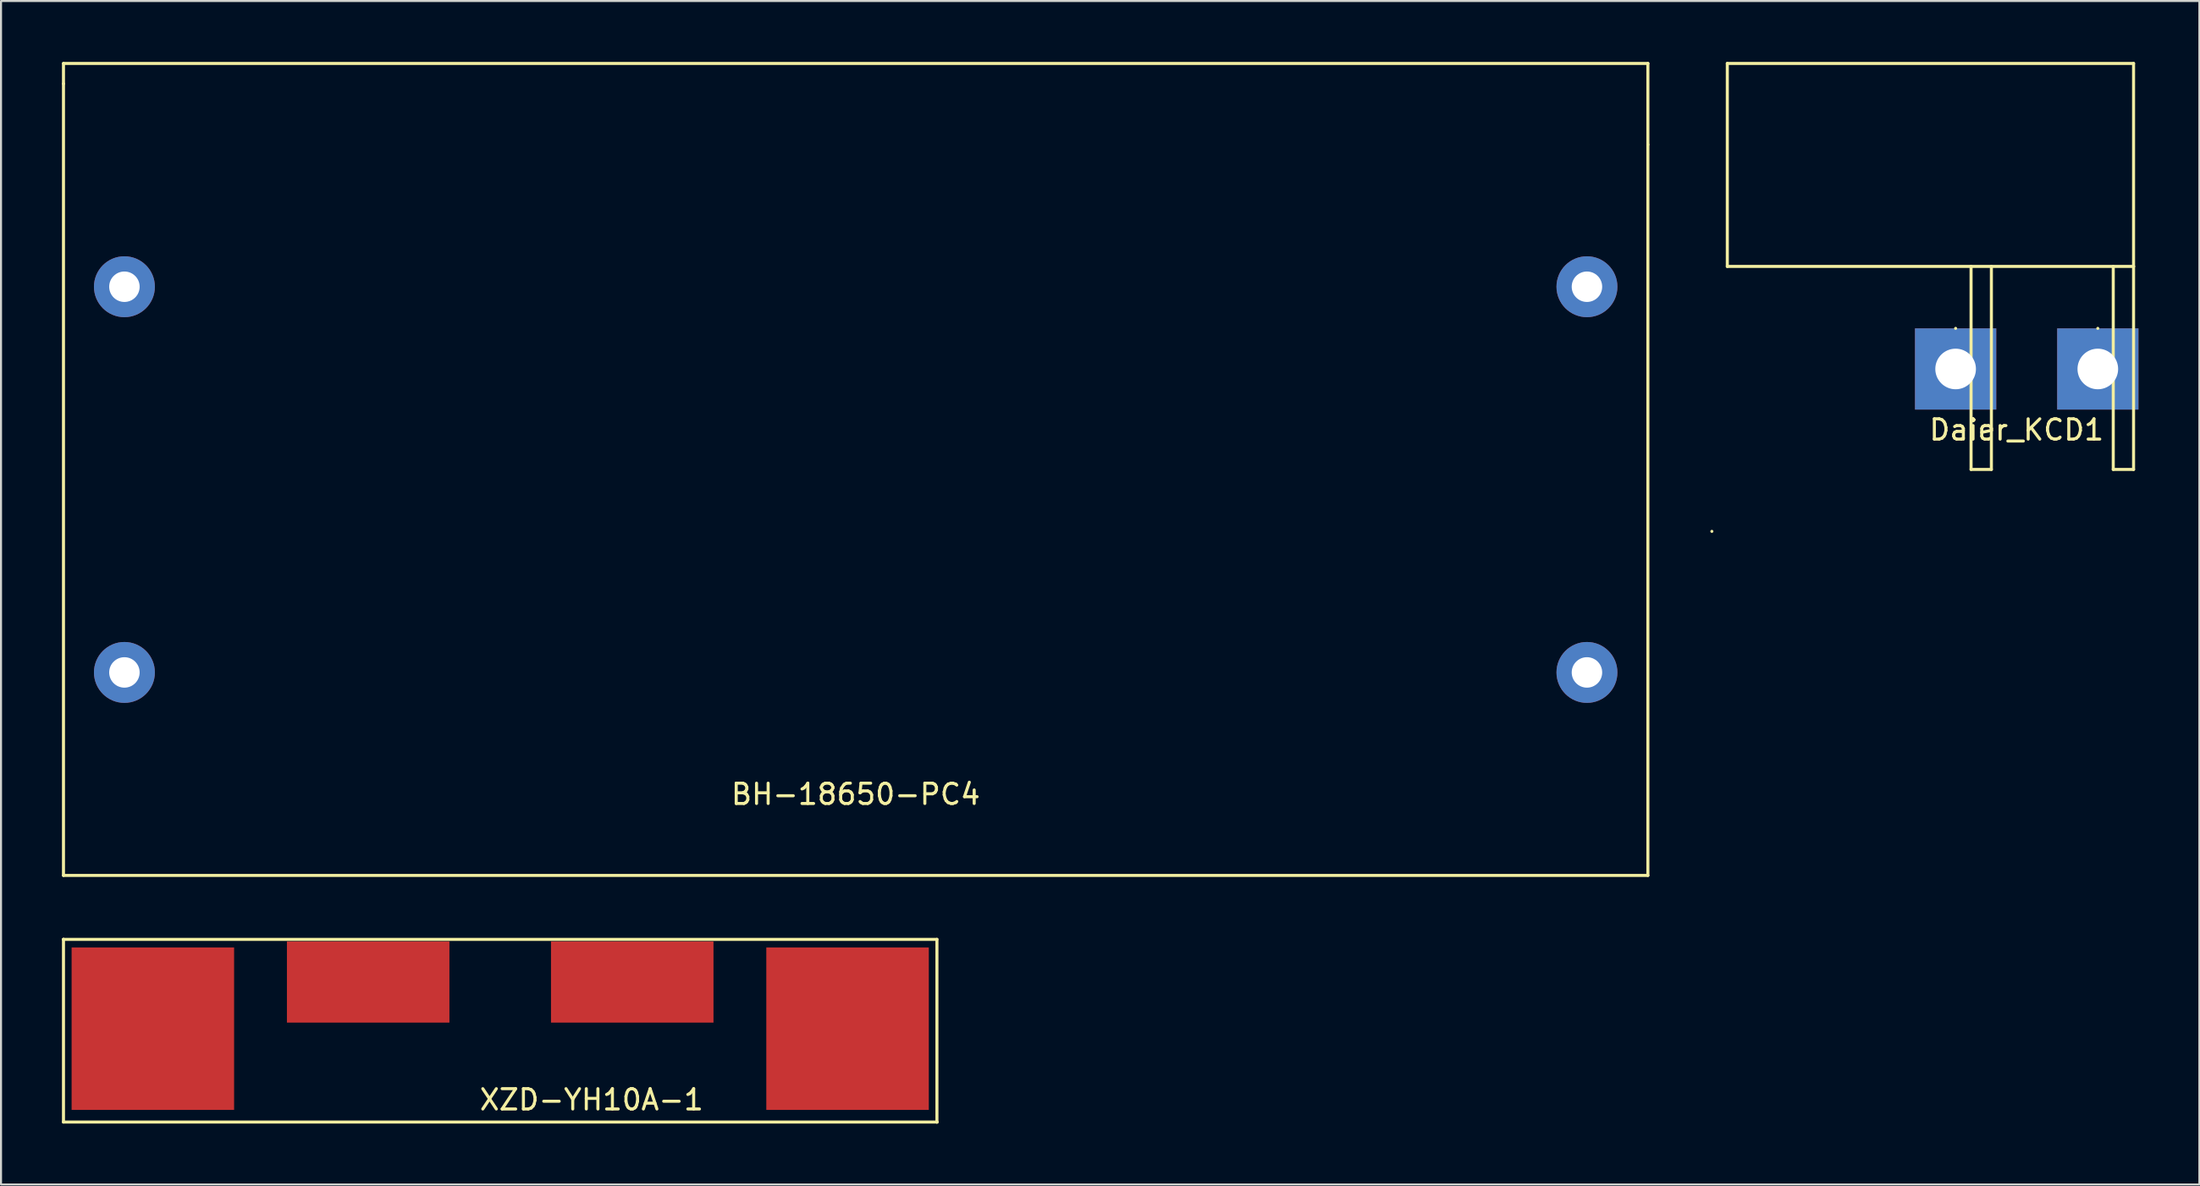
<source format=kicad_pcb>
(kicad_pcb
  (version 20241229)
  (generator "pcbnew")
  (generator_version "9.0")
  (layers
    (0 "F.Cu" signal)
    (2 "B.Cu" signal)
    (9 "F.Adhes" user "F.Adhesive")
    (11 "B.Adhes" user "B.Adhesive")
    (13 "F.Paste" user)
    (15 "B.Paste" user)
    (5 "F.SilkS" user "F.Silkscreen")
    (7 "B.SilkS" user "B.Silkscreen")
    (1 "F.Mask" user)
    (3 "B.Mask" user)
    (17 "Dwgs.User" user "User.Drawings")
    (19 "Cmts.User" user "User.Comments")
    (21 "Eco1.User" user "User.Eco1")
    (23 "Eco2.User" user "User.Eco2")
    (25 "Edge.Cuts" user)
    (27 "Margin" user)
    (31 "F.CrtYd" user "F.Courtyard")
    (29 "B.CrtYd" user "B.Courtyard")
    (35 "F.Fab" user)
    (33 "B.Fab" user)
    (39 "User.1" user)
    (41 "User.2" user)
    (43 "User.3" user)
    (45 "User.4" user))
  (footprint "BH-18650-PC4"
    (layer "F.Cu")
    (at 39.075 21.075)
    (property "Reference" "BH-18650-PC4" (at 0 15 0) (layer "F.SilkS") (effects (font (size 1 1) (thickness 0.15))))
    (attr through_hole)
    (fp_line (start -39 -20) (end -39 -20) (stroke (width 0.15) (type solid)) (layer "F.SilkS"))
    (fp_line (start -39 19) (end -39 -21) (stroke (width 0.15) (type solid)) (layer "F.SilkS"))
    (fp_line (start 39 -21) (end -39 -21) (stroke (width 0.15) (type solid)) (layer "F.SilkS"))
    (fp_line (start 39 -17) (end 39 -21) (stroke (width 0.15) (type solid)) (layer "F.SilkS"))
    (fp_line (start 39 19) (end -39 19) (stroke (width 0.15) (type solid)) (layer "F.SilkS"))
    (fp_line (start 39 19) (end 39 -17) (stroke (width 0.15) (type solid)) (layer "F.SilkS"))
    (pad "1" thru_hole circle (at -36 -10) (size 3 3) (drill 1.5) (layers "*.Cu" "*.Mask"))
    (pad "2" thru_hole circle (at 36 -10) (size 3 3) (drill 1.5) (layers "*.Cu" "*.Mask"))
    (pad "3" thru_hole circle (at -36 9) (size 3 3) (drill 1.5) (layers "*.Cu" "*.Mask"))
    (pad "4" thru_hole circle (at 36 9) (size 3 3) (drill 1.5) (layers "*.Cu" "*.Mask")))
  (footprint "XZD-YH10A-1"
    (layer "F.Cu")
    (at 22.075 47.225)
    (property "Reference" "XZD-YH10A-1" (at 4 3.9 0) (layer "F.SilkS") (effects (font (size 1 1) (thickness 0.15))))
    (attr through_hole)
    (fp_line (start -22 -4) (end -22 -4) (stroke (width 0.15) (type solid)) (layer "F.SilkS"))
    (fp_line (start -22 -4) (end -22 5) (stroke (width 0.15) (type solid)) (layer "F.SilkS"))
    (fp_line (start -22 -4) (end 21 -4) (stroke (width 0.15) (type solid)) (layer "F.SilkS"))
    (fp_line (start -22 5) (end 21 5) (stroke (width 0.15) (type solid)) (layer "F.SilkS"))
    (fp_line (start 21 -4) (end 21 5) (stroke (width 0.15) (type solid)) (layer "F.SilkS"))
    (fp_line (start 21 5) (end 21 5) (stroke (width 0.15) (type solid)) (layer "F.SilkS"))
    (fp_line (start 21 5) (end 21 5) (stroke (width 0.15) (type solid)) (layer "F.SilkS"))
    (pad "1" smd trapezoid (at -7 -1.9) (size 8 4) (layers "F.Cu" "F.Mask" "F.Paste"))
    (pad "2" smd trapezoid (at 6 -1.9) (size 8 4) (layers "F.Cu" "F.Mask" "F.Paste"))
    (pad "3" smd trapezoid (at -17.6 0.4) (size 8 8) (layers "F.Cu" "F.Mask" "F.Paste"))
    (pad "4" smd trapezoid (at 16.6 0.4) (size 8 8) (layers "F.Cu" "F.Mask" "F.Paste")))
  (footprint "Daier_KCD1"
    (layer "F.Cu")
    (at 96.225 15.126)
    (property "Reference" "Daier_KCD1" (at 0 3 0) (layer "F.SilkS") (effects (font (size 1 1) (thickness 0.15))))
    (attr through_hole)
    (fp_line (start -15 8) (end -15 8) (stroke (width 0.15) (type solid)) (layer "F.SilkS"))
    (fp_line (start -14.24 -15.051) (end -14.24 -5.051) (stroke (width 0.15) (type solid)) (layer "F.SilkS"))
    (fp_line (start -14.24 -5.051) (end 5.76 -5.051) (stroke (width 0.15) (type solid)) (layer "F.SilkS"))
    (fp_line (start -3 -2) (end -3 -2) (stroke (width 0.15) (type solid)) (layer "F.SilkS"))
    (fp_line (start -2.24 -5.051) (end -2.24 4.949) (stroke (width 0.15) (type solid)) (layer "F.SilkS"))
    (fp_line (start -2.24 4.949) (end -1.24 4.949) (stroke (width 0.15) (type solid)) (layer "F.SilkS"))
    (fp_line (start -1.24 4.949) (end -1.24 -5.051) (stroke (width 0.15) (type solid)) (layer "F.SilkS"))
    (fp_line (start 4 -2) (end 4 -2) (stroke (width 0.15) (type solid)) (layer "F.SilkS"))
    (fp_line (start 4.76 -5.051) (end 4.76 4.949) (stroke (width 0.15) (type solid)) (layer "F.SilkS"))
    (fp_line (start 4.76 4.949) (end 5.76 4.949) (stroke (width 0.15) (type solid)) (layer "F.SilkS"))
    (fp_line (start 5.76 -15.051) (end -14.24 -15.051) (stroke (width 0.15) (type solid)) (layer "F.SilkS"))
    (fp_line (start 5.76 -5.051) (end 5.76 -15.051) (stroke (width 0.15) (type solid)) (layer "F.SilkS"))
    (fp_line (start 5.76 4.949) (end 5.76 -5.051) (stroke (width 0.15) (type solid)) (layer "F.SilkS"))
    (pad "1" thru_hole trapezoid (at -3 0) (size 4 4) (drill 2) (layers "*.Cu" "*.Mask"))
    (pad "2" thru_hole trapezoid (at 4 0) (size 4 4) (drill 2) (layers "*.Cu" "*.Mask")))
  (gr_rect
    (start -3 -3)
    (end 105.225 55.3)
    (stroke (width 0.1) (type default))
    (fill no)
    (layer "Edge.Cuts")))
</source>
